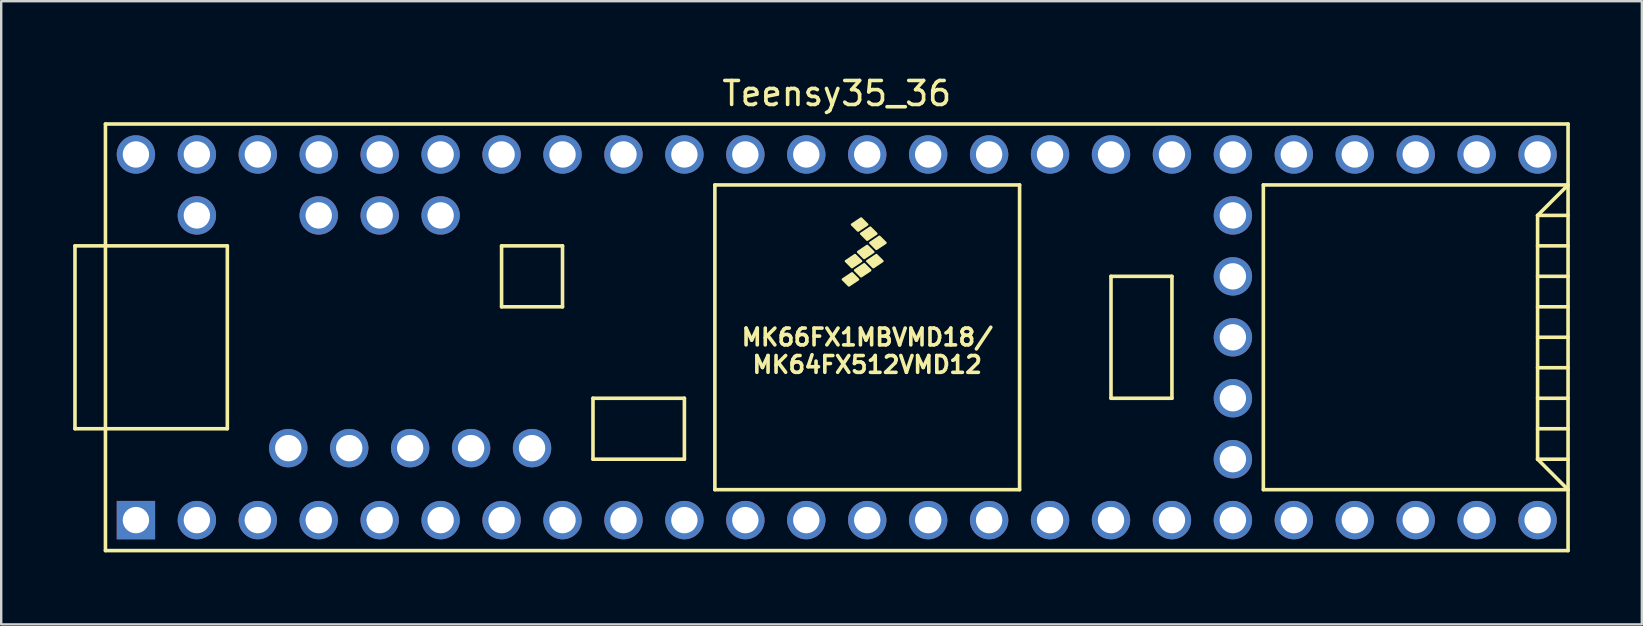
<source format=kicad_pcb>
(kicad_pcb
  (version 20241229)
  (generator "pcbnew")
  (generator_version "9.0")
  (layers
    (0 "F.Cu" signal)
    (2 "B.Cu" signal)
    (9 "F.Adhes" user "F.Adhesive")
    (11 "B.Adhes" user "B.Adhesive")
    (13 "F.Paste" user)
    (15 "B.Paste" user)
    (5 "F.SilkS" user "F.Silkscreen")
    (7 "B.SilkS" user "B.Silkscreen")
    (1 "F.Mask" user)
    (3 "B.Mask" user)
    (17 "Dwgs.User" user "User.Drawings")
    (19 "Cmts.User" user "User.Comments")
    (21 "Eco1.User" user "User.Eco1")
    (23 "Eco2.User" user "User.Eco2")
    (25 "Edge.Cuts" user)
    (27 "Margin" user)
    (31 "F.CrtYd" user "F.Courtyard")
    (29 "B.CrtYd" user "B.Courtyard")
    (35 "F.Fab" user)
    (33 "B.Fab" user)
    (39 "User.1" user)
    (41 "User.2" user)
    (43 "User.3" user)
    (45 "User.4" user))
  (footprint "Teensy35_36"
    (layer "F.Cu")
    (at 31.825 11.008)
    (property "Reference" "Teensy35_36" (at 0 -10.16 0) (layer "F.SilkS") (effects (font (size 1 1) (thickness 0.15))))
    (attr through_hole)
    (fp_line (start -31.75 -3.81) (end -30.48 -3.81) (stroke (width 0.15) (type solid)) (layer "F.SilkS"))
    (fp_line (start -31.75 3.81) (end -31.75 -3.81) (stroke (width 0.15) (type solid)) (layer "F.SilkS"))
    (fp_line (start -30.48 3.81) (end -31.75 3.81) (stroke (width 0.15) (type solid)) (layer "F.SilkS"))
    (fp_line (start -30.48 8.89) (end -30.48 -8.89) (stroke (width 0.15) (type solid)) (layer "F.SilkS"))
    (fp_line (start -30.48 8.89) (end 30.48 8.89) (stroke (width 0.15) (type solid)) (layer "F.SilkS"))
    (fp_line (start -25.4 -3.81) (end -30.48 -3.81) (stroke (width 0.15) (type solid)) (layer "F.SilkS"))
    (fp_line (start -25.4 3.81) (end -30.48 3.81) (stroke (width 0.15) (type solid)) (layer "F.SilkS"))
    (fp_line (start -25.4 3.81) (end -25.4 -3.81) (stroke (width 0.15) (type solid)) (layer "F.SilkS"))
    (fp_line (start -13.97 -3.81) (end -13.97 -1.27) (stroke (width 0.15) (type solid)) (layer "F.SilkS"))
    (fp_line (start -13.97 -1.27) (end -11.43 -1.27) (stroke (width 0.15) (type solid)) (layer "F.SilkS"))
    (fp_line (start -11.43 -3.81) (end -13.97 -3.81) (stroke (width 0.15) (type solid)) (layer "F.SilkS"))
    (fp_line (start -11.43 -1.27) (end -11.43 -3.81) (stroke (width 0.15) (type solid)) (layer "F.SilkS"))
    (fp_line (start -10.16 2.54) (end -6.35 2.54) (stroke (width 0.15) (type solid)) (layer "F.SilkS"))
    (fp_line (start -10.16 5.08) (end -10.16 2.54) (stroke (width 0.15) (type solid)) (layer "F.SilkS"))
    (fp_line (start -6.35 2.54) (end -6.35 5.08) (stroke (width 0.15) (type solid)) (layer "F.SilkS"))
    (fp_line (start -6.35 5.08) (end -10.16 5.08) (stroke (width 0.15) (type solid)) (layer "F.SilkS"))
    (fp_line (start -5.08 -6.35) (end -5.08 6.35) (stroke (width 0.15) (type solid)) (layer "F.SilkS"))
    (fp_line (start -5.08 -6.35) (end 7.62 -6.35) (stroke (width 0.15) (type solid)) (layer "F.SilkS"))
    (fp_line (start -5.08 6.35) (end 7.62 6.35) (stroke (width 0.15) (type solid)) (layer "F.SilkS"))
    (fp_line (start 7.62 6.35) (end 7.62 -6.35) (stroke (width 0.15) (type solid)) (layer "F.SilkS"))
    (fp_line (start 11.43 -2.54) (end 13.97 -2.54) (stroke (width 0.15) (type solid)) (layer "F.SilkS"))
    (fp_line (start 11.43 2.54) (end 11.43 -2.54) (stroke (width 0.15) (type solid)) (layer "F.SilkS"))
    (fp_line (start 13.97 -2.54) (end 13.97 2.54) (stroke (width 0.15) (type solid)) (layer "F.SilkS"))
    (fp_line (start 13.97 2.54) (end 11.43 2.54) (stroke (width 0.15) (type solid)) (layer "F.SilkS"))
    (fp_line (start 17.78 -6.35) (end 17.78 6.35) (stroke (width 0.15) (type solid)) (layer "F.SilkS"))
    (fp_line (start 17.78 6.35) (end 30.48 6.35) (stroke (width 0.15) (type solid)) (layer "F.SilkS"))
    (fp_line (start 29.21 -5.08) (end 30.48 -6.35) (stroke (width 0.15) (type solid)) (layer "F.SilkS"))
    (fp_line (start 29.21 -5.08) (end 30.48 -5.08) (stroke (width 0.15) (type solid)) (layer "F.SilkS"))
    (fp_line (start 29.21 -3.81) (end 30.48 -3.81) (stroke (width 0.15) (type solid)) (layer "F.SilkS"))
    (fp_line (start 29.21 -2.54) (end 30.48 -2.54) (stroke (width 0.15) (type solid)) (layer "F.SilkS"))
    (fp_line (start 29.21 -1.27) (end 30.48 -1.27) (stroke (width 0.15) (type solid)) (layer "F.SilkS"))
    (fp_line (start 29.21 0) (end 30.48 0) (stroke (width 0.15) (type solid)) (layer "F.SilkS"))
    (fp_line (start 29.21 1.27) (end 30.48 1.27) (stroke (width 0.15) (type solid)) (layer "F.SilkS"))
    (fp_line (start 29.21 2.54) (end 30.48 2.54) (stroke (width 0.15) (type solid)) (layer "F.SilkS"))
    (fp_line (start 29.21 3.81) (end 30.48 3.81) (stroke (width 0.15) (type solid)) (layer "F.SilkS"))
    (fp_line (start 29.21 5.08) (end 29.21 -5.08) (stroke (width 0.15) (type solid)) (layer "F.SilkS"))
    (fp_line (start 29.21 5.08) (end 30.48 5.08) (stroke (width 0.15) (type solid)) (layer "F.SilkS"))
    (fp_line (start 30.48 -8.89) (end -30.48 -8.89) (stroke (width 0.15) (type solid)) (layer "F.SilkS"))
    (fp_line (start 30.48 -8.89) (end 30.48 8.89) (stroke (width 0.15) (type solid)) (layer "F.SilkS"))
    (fp_line (start 30.48 -6.35) (end 17.78 -6.35) (stroke (width 0.15) (type solid)) (layer "F.SilkS"))
    (fp_line (start 30.48 6.35) (end 29.21 5.08) (stroke (width 0.15) (type solid)) (layer "F.SilkS"))
    (fp_poly (pts (xy 0.635 -2.667) (xy 0.889 -2.413) (xy 0.508 -2.159) (xy 0.254 -2.413)) (stroke (width 0.1) (type solid)) (fill yes) (layer "F.SilkS"))
    (fp_poly (pts (xy 0.762 -3.429) (xy 1.016 -3.175) (xy 0.635 -2.921) (xy 0.381 -3.175)) (stroke (width 0.1) (type solid)) (fill yes) (layer "F.SilkS"))
    (fp_poly (pts (xy 1.016 -4.953) (xy 1.27 -4.699) (xy 0.889 -4.445) (xy 0.635 -4.699)) (stroke (width 0.1) (type solid)) (fill yes) (layer "F.SilkS"))
    (fp_poly (pts (xy 1.143 -3.048) (xy 1.397 -2.794) (xy 1.016 -2.54) (xy 0.762 -2.794)) (stroke (width 0.1) (type solid)) (fill yes) (layer "F.SilkS"))
    (fp_poly (pts (xy 1.27 -3.81) (xy 1.524 -3.556) (xy 1.143 -3.302) (xy 0.889 -3.556)) (stroke (width 0.1) (type solid)) (fill yes) (layer "F.SilkS"))
    (fp_poly (pts (xy 1.397 -4.572) (xy 1.651 -4.318) (xy 1.27 -4.064) (xy 1.016 -4.318)) (stroke (width 0.1) (type solid)) (fill yes) (layer "F.SilkS"))
    (fp_poly (pts (xy 1.651 -3.429) (xy 1.905 -3.175) (xy 1.524 -2.921) (xy 1.27 -3.175)) (stroke (width 0.1) (type solid)) (fill yes) (layer "F.SilkS"))
    (fp_poly (pts (xy 1.778 -4.191) (xy 2.032 -3.937) (xy 1.651 -3.683) (xy 1.397 -3.937)) (stroke (width 0.1) (type solid)) (fill yes) (layer "F.SilkS"))
    (fp_text user "MK64FX512VMD12" (at 1.27 1.143 0) (layer "F.SilkS") (effects (font (size 0.7 0.7) (thickness 0.15))))
    (fp_text user "MK66FX1MBVMD18/" (at 1.27 0 0) (layer "F.SilkS") (effects (font (size 0.7 0.7) (thickness 0.15))))
    (pad "1" thru_hole rect (at -29.21 7.62) (size 1.6 1.6) (drill 1.1) (layers "*.Cu" "*.Mask"))
    (pad "2" thru_hole circle (at -26.67 7.62) (size 1.6 1.6) (drill 1.1) (layers "*.Cu" "*.Mask"))
    (pad "3" thru_hole circle (at -24.13 7.62) (size 1.6 1.6) (drill 1.1) (layers "*.Cu" "*.Mask"))
    (pad "4" thru_hole circle (at -21.59 7.62) (size 1.6 1.6) (drill 1.1) (layers "*.Cu" "*.Mask"))
    (pad "5" thru_hole circle (at -19.05 7.62) (size 1.6 1.6) (drill 1.1) (layers "*.Cu" "*.Mask"))
    (pad "6" thru_hole circle (at -16.51 7.62) (size 1.6 1.6) (drill 1.1) (layers "*.Cu" "*.Mask"))
    (pad "7" thru_hole circle (at -13.97 7.62) (size 1.6 1.6) (drill 1.1) (layers "*.Cu" "*.Mask"))
    (pad "8" thru_hole circle (at -11.43 7.62) (size 1.6 1.6) (drill 1.1) (layers "*.Cu" "*.Mask"))
    (pad "9" thru_hole circle (at -8.89 7.62) (size 1.6 1.6) (drill 1.1) (layers "*.Cu" "*.Mask"))
    (pad "10" thru_hole circle (at -6.35 7.62) (size 1.6 1.6) (drill 1.1) (layers "*.Cu" "*.Mask"))
    (pad "11" thru_hole circle (at -3.81 7.62) (size 1.6 1.6) (drill 1.1) (layers "*.Cu" "*.Mask"))
    (pad "12" thru_hole circle (at -1.27 7.62) (size 1.6 1.6) (drill 1.1) (layers "*.Cu" "*.Mask"))
    (pad "13" thru_hole circle (at 1.27 7.62) (size 1.6 1.6) (drill 1.1) (layers "*.Cu" "*.Mask"))
    (pad "14" thru_hole circle (at 3.81 7.62) (size 1.6 1.6) (drill 1.1) (layers "*.Cu" "*.Mask"))
    (pad "15" thru_hole circle (at 6.35 7.62) (size 1.6 1.6) (drill 1.1) (layers "*.Cu" "*.Mask"))
    (pad "16" thru_hole circle (at 8.89 7.62) (size 1.6 1.6) (drill 1.1) (layers "*.Cu" "*.Mask"))
    (pad "17" thru_hole circle (at 11.43 7.62) (size 1.6 1.6) (drill 1.1) (layers "*.Cu" "*.Mask"))
    (pad "18" thru_hole circle (at 13.97 7.62) (size 1.6 1.6) (drill 1.1) (layers "*.Cu" "*.Mask"))
    (pad "19" thru_hole circle (at 16.51 7.62) (size 1.6 1.6) (drill 1.1) (layers "*.Cu" "*.Mask"))
    (pad "20" thru_hole circle (at 19.05 7.62) (size 1.6 1.6) (drill 1.1) (layers "*.Cu" "*.Mask"))
    (pad "21" thru_hole circle (at 21.59 7.62) (size 1.6 1.6) (drill 1.1) (layers "*.Cu" "*.Mask"))
    (pad "22" thru_hole circle (at 24.13 7.62) (size 1.6 1.6) (drill 1.1) (layers "*.Cu" "*.Mask"))
    (pad "23" thru_hole circle (at 26.67 7.62) (size 1.6 1.6) (drill 1.1) (layers "*.Cu" "*.Mask"))
    (pad "24" thru_hole circle (at 29.21 7.62) (size 1.6 1.6) (drill 1.1) (layers "*.Cu" "*.Mask"))
    (pad "25" thru_hole circle (at 16.51 5.08) (size 1.6 1.6) (drill 1.1) (layers "*.Cu" "*.Mask"))
    (pad "26" thru_hole circle (at 16.51 2.54) (size 1.6 1.6) (drill 1.1) (layers "*.Cu" "*.Mask"))
    (pad "27" thru_hole circle (at 16.51 0) (size 1.6 1.6) (drill 1.1) (layers "*.Cu" "*.Mask"))
    (pad "28" thru_hole circle (at 16.51 -2.54) (size 1.6 1.6) (drill 1.1) (layers "*.Cu" "*.Mask"))
    (pad "29" thru_hole circle (at 16.51 -5.08) (size 1.6 1.6) (drill 1.1) (layers "*.Cu" "*.Mask"))
    (pad "30" thru_hole circle (at 29.21 -7.62) (size 1.6 1.6) (drill 1.1) (layers "*.Cu" "*.Mask"))
    (pad "31" thru_hole circle (at 26.67 -7.62) (size 1.6 1.6) (drill 1.1) (layers "*.Cu" "*.Mask"))
    (pad "32" thru_hole circle (at 24.13 -7.62) (size 1.6 1.6) (drill 1.1) (layers "*.Cu" "*.Mask"))
    (pad "33" thru_hole circle (at 21.59 -7.62) (size 1.6 1.6) (drill 1.1) (layers "*.Cu" "*.Mask"))
    (pad "34" thru_hole circle (at 19.05 -7.62) (size 1.6 1.6) (drill 1.1) (layers "*.Cu" "*.Mask"))
    (pad "35" thru_hole circle (at 16.51 -7.62) (size 1.6 1.6) (drill 1.1) (layers "*.Cu" "*.Mask"))
    (pad "36" thru_hole circle (at 13.97 -7.62) (size 1.6 1.6) (drill 1.1) (layers "*.Cu" "*.Mask"))
    (pad "37" thru_hole circle (at 11.43 -7.62) (size 1.6 1.6) (drill 1.1) (layers "*.Cu" "*.Mask"))
    (pad "38" thru_hole circle (at 8.89 -7.62) (size 1.6 1.6) (drill 1.1) (layers "*.Cu" "*.Mask"))
    (pad "39" thru_hole circle (at 6.35 -7.62) (size 1.6 1.6) (drill 1.1) (layers "*.Cu" "*.Mask"))
    (pad "40" thru_hole circle (at 3.81 -7.62) (size 1.6 1.6) (drill 1.1) (layers "*.Cu" "*.Mask"))
    (pad "41" thru_hole circle (at 1.27 -7.62) (size 1.6 1.6) (drill 1.1) (layers "*.Cu" "*.Mask"))
    (pad "42" thru_hole circle (at -1.27 -7.62) (size 1.6 1.6) (drill 1.1) (layers "*.Cu" "*.Mask"))
    (pad "43" thru_hole circle (at -3.81 -7.62) (size 1.6 1.6) (drill 1.1) (layers "*.Cu" "*.Mask"))
    (pad "44" thru_hole circle (at -6.35 -7.62) (size 1.6 1.6) (drill 1.1) (layers "*.Cu" "*.Mask"))
    (pad "45" thru_hole circle (at -8.89 -7.62) (size 1.6 1.6) (drill 1.1) (layers "*.Cu" "*.Mask"))
    (pad "46" thru_hole circle (at -11.43 -7.62) (size 1.6 1.6) (drill 1.1) (layers "*.Cu" "*.Mask"))
    (pad "47" thru_hole circle (at -13.97 -7.62) (size 1.6 1.6) (drill 1.1) (layers "*.Cu" "*.Mask"))
    (pad "48" thru_hole circle (at -16.51 -7.62) (size 1.6 1.6) (drill 1.1) (layers "*.Cu" "*.Mask"))
    (pad "49" thru_hole circle (at -19.05 -7.62) (size 1.6 1.6) (drill 1.1) (layers "*.Cu" "*.Mask"))
    (pad "50" thru_hole circle (at -21.59 -7.62) (size 1.6 1.6) (drill 1.1) (layers "*.Cu" "*.Mask"))
    (pad "51" thru_hole circle (at -24.13 -7.62) (size 1.6 1.6) (drill 1.1) (layers "*.Cu" "*.Mask"))
    (pad "52" thru_hole circle (at -26.67 -7.62) (size 1.6 1.6) (drill 1.1) (layers "*.Cu" "*.Mask"))
    (pad "53" thru_hole circle (at -29.21 -7.62) (size 1.6 1.6) (drill 1.1) (layers "*.Cu" "*.Mask"))
    (pad "54" thru_hole circle (at -26.67 -5.08) (size 1.6 1.6) (drill 1.1) (layers "*.Cu" "*.Mask"))
    (pad "55" thru_hole circle (at -21.59 -5.08) (size 1.6 1.6) (drill 1.1) (layers "*.Cu" "*.Mask"))
    (pad "56" thru_hole circle (at -19.05 -5.08) (size 1.6 1.6) (drill 1.1) (layers "*.Cu" "*.Mask"))
    (pad "57" thru_hole circle (at -16.51 -5.08) (size 1.6 1.6) (drill 1.1) (layers "*.Cu" "*.Mask"))
    (pad "58" thru_hole circle (at -22.86 4.62) (size 1.6 1.6) (drill 1.1) (layers "*.Cu" "*.Mask"))
    (pad "59" thru_hole circle (at -20.32 4.62) (size 1.6 1.6) (drill 1.1) (layers "*.Cu" "*.Mask"))
    (pad "60" thru_hole circle (at -17.78 4.62) (size 1.6 1.6) (drill 1.1) (layers "*.Cu" "*.Mask"))
    (pad "61" thru_hole circle (at -15.24 4.62) (size 1.6 1.6) (drill 1.1) (layers "*.Cu" "*.Mask"))
    (pad "62" thru_hole circle (at -12.7 4.62) (size 1.6 1.6) (drill 1.1) (layers "*.Cu" "*.Mask")))
  (gr_rect
    (start -3 -3)
    (end 65.38 22.973)
    (stroke (width 0.1) (type default))
    (fill no)
    (layer "Edge.Cuts")))
</source>
